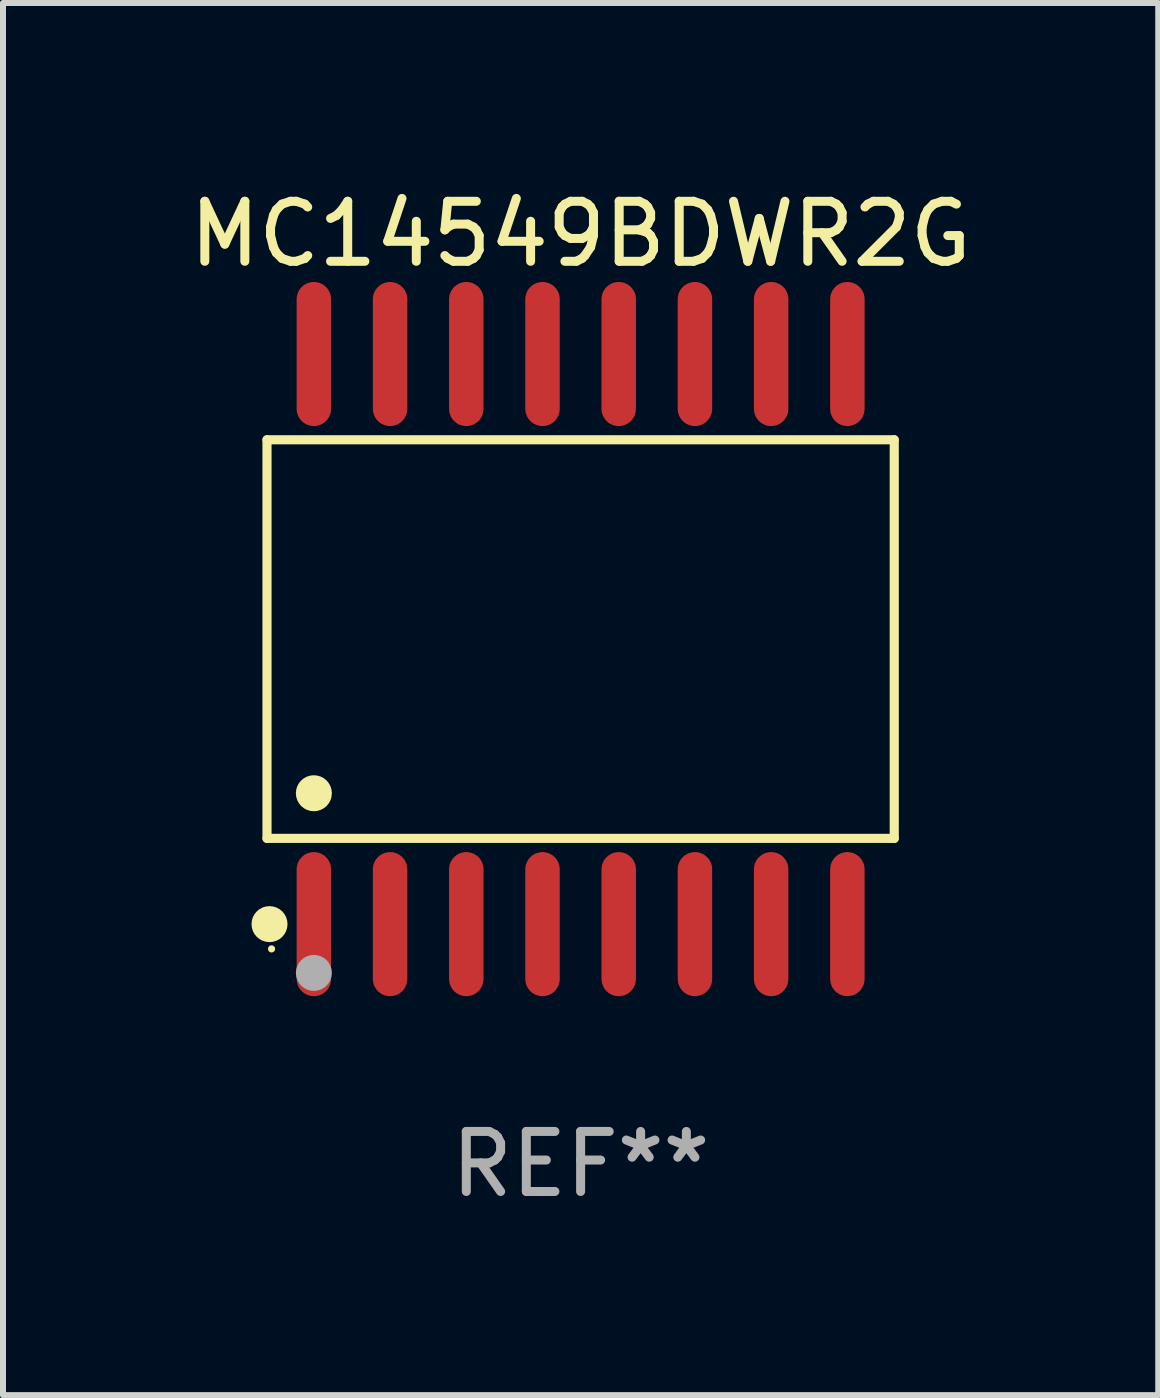
<source format=kicad_pcb>
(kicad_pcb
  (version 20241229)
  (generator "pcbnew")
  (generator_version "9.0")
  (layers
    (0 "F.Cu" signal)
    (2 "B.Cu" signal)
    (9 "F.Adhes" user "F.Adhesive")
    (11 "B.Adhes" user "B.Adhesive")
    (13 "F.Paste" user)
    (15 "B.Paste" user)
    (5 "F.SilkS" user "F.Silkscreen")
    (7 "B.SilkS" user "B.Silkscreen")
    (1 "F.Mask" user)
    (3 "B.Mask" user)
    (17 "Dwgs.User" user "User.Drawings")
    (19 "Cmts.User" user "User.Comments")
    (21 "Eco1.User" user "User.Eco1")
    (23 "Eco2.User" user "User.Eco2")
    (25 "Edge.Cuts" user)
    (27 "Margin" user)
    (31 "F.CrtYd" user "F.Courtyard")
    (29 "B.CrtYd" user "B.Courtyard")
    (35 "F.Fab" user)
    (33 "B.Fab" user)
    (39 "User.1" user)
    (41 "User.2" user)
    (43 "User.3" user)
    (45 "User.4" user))
  (footprint "MC14549BDWR2G"
    (layer "F.Cu")
    (at 6.625 7.599)
    (property "Reference" "MC14549BDWR2G" (at 0 -6.75 0) (layer "F.SilkS") (effects (font (size 1 1) (thickness 0.15))))
    (attr through_hole)
    (fp_line (start -5.226 -3.321) (end 5.226 -3.321) (stroke (width 0.152) (type solid)) (layer "F.SilkS"))
    (fp_line (start -5.226 3.321) (end -5.226 -3.321) (stroke (width 0.152) (type solid)) (layer "F.SilkS"))
    (fp_line (start 5.226 -3.321) (end 5.226 3.321) (stroke (width 0.152) (type solid)) (layer "F.SilkS"))
    (fp_line (start 5.226 3.321) (end -5.226 3.321) (stroke (width 0.152) (type solid)) (layer "F.SilkS"))
    (fp_circle (center -5.184 4.75) (end -5.034 4.75) (stroke (width 0.3) (type solid)) (fill no) (layer "F.SilkS"))
    (fp_circle (center -5.15 5.163) (end -5.12 5.163) (stroke (width 0.06) (type solid)) (fill no) (layer "F.SilkS"))
    (fp_circle (center -4.445 2.569) (end -4.295 2.569) (stroke (width 0.3) (type solid)) (fill no) (layer "F.SilkS"))
    (fp_circle (center -4.445 5.563) (end -4.295 5.563) (stroke (width 0.3) (type solid)) (fill no) (layer "F.Fab"))
    (fp_text user "REF**" (at 0 8.75 0) (layer "F.Fab") (effects (font (size 1 1) (thickness 0.15))))
    (pad "1" smd oval (at -4.445 4.75) (size 0.574 2.401) (layers "F.Cu" "F.Mask" "F.Paste"))
    (pad "2" smd oval (at -3.175 4.75) (size 0.574 2.401) (layers "F.Cu" "F.Mask" "F.Paste"))
    (pad "3" smd oval (at -1.905 4.75) (size 0.574 2.401) (layers "F.Cu" "F.Mask" "F.Paste"))
    (pad "4" smd oval (at -0.635 4.75) (size 0.574 2.401) (layers "F.Cu" "F.Mask" "F.Paste"))
    (pad "5" smd oval (at 0.635 4.75) (size 0.574 2.401) (layers "F.Cu" "F.Mask" "F.Paste"))
    (pad "6" smd oval (at 1.905 4.75) (size 0.574 2.401) (layers "F.Cu" "F.Mask" "F.Paste"))
    (pad "7" smd oval (at 3.175 4.75) (size 0.574 2.401) (layers "F.Cu" "F.Mask" "F.Paste"))
    (pad "8" smd oval (at 4.445 4.75) (size 0.574 2.401) (layers "F.Cu" "F.Mask" "F.Paste"))
    (pad "9" smd oval (at 4.445 -4.75) (size 0.574 2.401) (layers "F.Cu" "F.Mask" "F.Paste"))
    (pad "10" smd oval (at 3.175 -4.75) (size 0.574 2.401) (layers "F.Cu" "F.Mask" "F.Paste"))
    (pad "11" smd oval (at 1.905 -4.75) (size 0.574 2.401) (layers "F.Cu" "F.Mask" "F.Paste"))
    (pad "12" smd oval (at 0.635 -4.75) (size 0.574 2.401) (layers "F.Cu" "F.Mask" "F.Paste"))
    (pad "13" smd oval (at -0.635 -4.75) (size 0.574 2.401) (layers "F.Cu" "F.Mask" "F.Paste"))
    (pad "14" smd oval (at -1.905 -4.75) (size 0.574 2.401) (layers "F.Cu" "F.Mask" "F.Paste"))
    (pad "15" smd oval (at -3.175 -4.75) (size 0.574 2.401) (layers "F.Cu" "F.Mask" "F.Paste"))
    (pad "16" smd oval (at -4.445 -4.75) (size 0.574 2.401) (layers "F.Cu" "F.Mask" "F.Paste")))
  (gr_rect
    (start -3 -3)
    (end 16.25 20.197)
    (stroke (width 0.1) (type default))
    (fill no)
    (layer "Edge.Cuts")))
</source>
